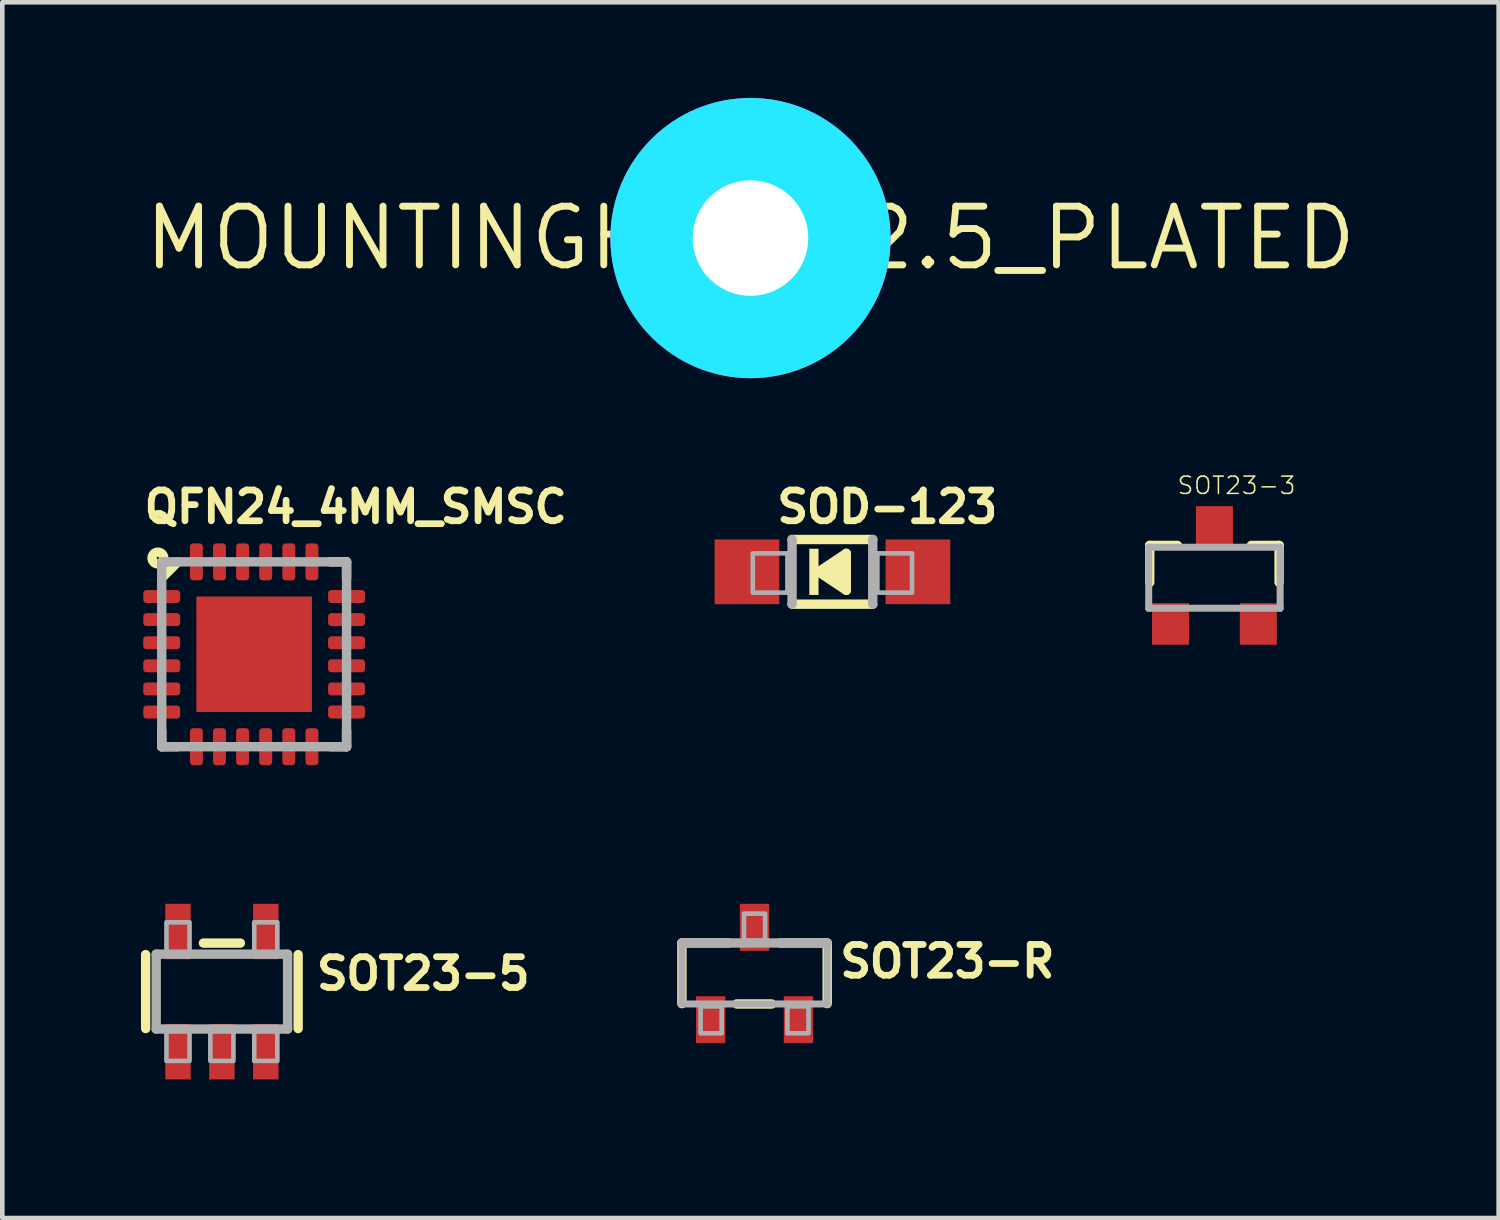
<source format=kicad_pcb>
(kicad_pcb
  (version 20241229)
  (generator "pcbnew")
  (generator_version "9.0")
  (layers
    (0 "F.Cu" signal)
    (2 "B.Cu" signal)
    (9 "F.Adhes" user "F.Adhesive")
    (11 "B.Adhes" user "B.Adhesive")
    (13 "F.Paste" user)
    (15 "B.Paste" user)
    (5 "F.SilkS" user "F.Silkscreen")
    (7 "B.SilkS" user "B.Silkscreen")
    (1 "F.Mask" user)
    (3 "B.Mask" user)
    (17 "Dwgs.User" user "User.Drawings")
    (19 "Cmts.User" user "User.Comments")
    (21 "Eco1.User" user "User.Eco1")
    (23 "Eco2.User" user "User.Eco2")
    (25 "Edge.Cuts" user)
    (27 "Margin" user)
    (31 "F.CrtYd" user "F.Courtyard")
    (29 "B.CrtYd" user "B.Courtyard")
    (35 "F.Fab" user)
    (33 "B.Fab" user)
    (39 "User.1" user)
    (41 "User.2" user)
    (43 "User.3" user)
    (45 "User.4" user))
  (footprint "MOUNTINGHOLE_2.5_PLATED"
    (layer "F.Cu")
    (at 13.191 2.102)
    (property "Reference" "MOUNTINGHOLE_2.5_PLATED" (at 0 0 0) (layer "F.SilkS") (effects (font (size 1.27 1.27) (thickness 0.15))))
    (attr through_hole)
    (fp_circle (center 0 0) (end 2 0) (stroke (width 0.203) (type solid)) (fill no) (layer "F.SilkS"))
    (fp_circle (center 0 0) (end 1 0) (stroke (width 2.032) (type solid)) (fill no) (layer "B.CrtYd"))
    (fp_circle (center 0 0) (end 1 0) (stroke (width 2.032) (type solid)) (fill no) (layer "F.CrtYd"))
    (pad "P$1" thru_hole circle (at 0 0) (size 3.2 3.2) (drill 2.5) (layers "*.Cu" "*.Mask"))
    (zone (net_name "") (layer "F.Cu") (hatch edge 0.5) (connect_pads) (min_thickness 0.25) (filled_areas_thickness no) (keepout (tracks not_allowed) (vias not_allowed) (pads not_allowed) (copperpour not_allowed) (footprints allowed)) (placement (enabled no)) (fill) (polygon (pts (xy 15.207 2.102) (xy 15.187 1.821) (xy 15.129 1.546) (xy 15.033 1.282) (xy 14.901 1.033) (xy 14.735 0.806) (xy 14.54 0.603) (xy 14.318 0.43) (xy 14.075 0.29) (xy 13.814 0.184) (xy 13.541 0.116) (xy 13.261 0.087) (xy 12.98 0.097) (xy 12.703 0.145) (xy 12.436 0.232) (xy 12.183 0.356) (xy 11.95 0.513) (xy 11.741 0.701) (xy 11.56 0.917) (xy 11.411 1.155) (xy 11.297 1.412) (xy 11.219 1.682) (xy 11.18 1.961) (xy 11.18 2.242) (xy 11.219 2.521) (xy 11.297 2.791) (xy 11.411 3.048) (xy 11.56 3.287) (xy 11.741 3.502) (xy 11.95 3.69) (xy 12.183 3.848) (xy 12.436 3.971) (xy 12.703 4.058) (xy 12.98 4.107) (xy 13.261 4.116) (xy 13.541 4.087) (xy 13.814 4.019) (xy 14.075 3.914) (xy 14.318 3.773) (xy 14.54 3.6) (xy 14.735 3.397) (xy 14.901 3.17) (xy 15.033 2.922) (xy 15.129 2.657) (xy 15.187 2.382))) (polygon (pts (xy 13.175 2.102) (xy 13.18 2.113) (xy 13.191 2.118) (xy 13.202 2.113) (xy 13.207 2.102) (xy 13.202 2.09) (xy 13.191 2.086) (xy 13.18 2.09))))
    (zone (net_name "") (layer "B.Cu") (hatch edge 0.5) (connect_pads) (min_thickness 0.25) (filled_areas_thickness no) (keepout (tracks not_allowed) (vias not_allowed) (pads not_allowed) (copperpour not_allowed) (footprints allowed)) (placement (enabled no)) (fill) (polygon (pts (xy 15.207 2.102) (xy 15.187 1.821) (xy 15.129 1.546) (xy 15.033 1.282) (xy 14.901 1.033) (xy 14.735 0.806) (xy 14.54 0.603) (xy 14.318 0.43) (xy 14.075 0.29) (xy 13.814 0.184) (xy 13.541 0.116) (xy 13.261 0.087) (xy 12.98 0.097) (xy 12.703 0.145) (xy 12.436 0.232) (xy 12.183 0.356) (xy 11.95 0.513) (xy 11.741 0.701) (xy 11.56 0.917) (xy 11.411 1.155) (xy 11.297 1.412) (xy 11.219 1.682) (xy 11.18 1.961) (xy 11.18 2.242) (xy 11.219 2.521) (xy 11.297 2.791) (xy 11.411 3.048) (xy 11.56 3.287) (xy 11.741 3.502) (xy 11.95 3.69) (xy 12.183 3.848) (xy 12.436 3.971) (xy 12.703 4.058) (xy 12.98 4.107) (xy 13.261 4.116) (xy 13.541 4.087) (xy 13.814 4.019) (xy 14.075 3.914) (xy 14.318 3.773) (xy 14.54 3.6) (xy 14.735 3.397) (xy 14.901 3.17) (xy 15.033 2.922) (xy 15.129 2.657) (xy 15.187 2.382))) (polygon (pts (xy 13.175 2.102) (xy 13.18 2.113) (xy 13.191 2.118) (xy 13.202 2.113) (xy 13.207 2.102) (xy 13.202 2.09) (xy 13.191 2.086) (xy 13.18 2.09)))))
  (footprint "QFN24_4MM_SMSC"
    (layer "F.Cu")
    (at 2.45 11.109)
    (property "Reference" "QFN24_4MM_SMSC" (at -2.45 -2.8 0) (layer "F.SilkS") (effects (font (size 0.666 0.666) (thickness 0.146)) (justify left bottom)))
    (attr smd)
    (fp_line (start -2 2) (end -2 1.65) (stroke (width 0.203) (type solid)) (layer "F.SilkS"))
    (fp_line (start -1.65 -2) (end -2 -1.65) (stroke (width 0.203) (type solid)) (layer "F.SilkS"))
    (fp_line (start -1.65 2) (end -2 2) (stroke (width 0.203) (type solid)) (layer "F.SilkS"))
    (fp_line (start 1.65 2) (end 2 2) (stroke (width 0.203) (type solid)) (layer "F.SilkS"))
    (fp_line (start 2 -2) (end 1.65 -2) (stroke (width 0.203) (type solid)) (layer "F.SilkS"))
    (fp_line (start 2 -1.65) (end 2 -2) (stroke (width 0.203) (type solid)) (layer "F.SilkS"))
    (fp_line (start 2 1.65) (end 2 2) (stroke (width 0.203) (type solid)) (layer "F.SilkS"))
    (fp_circle (center -2.083 -2.083) (end -1.956 -2.083) (stroke (width 0.203) (type solid)) (fill no) (layer "F.SilkS"))
    (fp_poly (pts (xy -1.2 -0.6) (xy -0.6 -0.6) (xy -0.6 -1.2) (xy -1.2 -1.2)) (stroke (width 0) (type default)) (fill yes) (layer "F.Paste"))
    (fp_poly (pts (xy -1.2 0.3) (xy -0.6 0.3) (xy -0.6 -0.3) (xy -1.2 -0.3)) (stroke (width 0) (type default)) (fill yes) (layer "F.Paste"))
    (fp_poly (pts (xy -1.2 1.2) (xy -0.6 1.2) (xy -0.6 0.6) (xy -1.2 0.6)) (stroke (width 0) (type default)) (fill yes) (layer "F.Paste"))
    (fp_poly (pts (xy -0.3 -0.6) (xy 0.3 -0.6) (xy 0.3 -1.2) (xy -0.3 -1.2)) (stroke (width 0) (type default)) (fill yes) (layer "F.Paste"))
    (fp_poly (pts (xy -0.3 0.3) (xy 0.3 0.3) (xy 0.3 -0.3) (xy -0.3 -0.3)) (stroke (width 0) (type default)) (fill yes) (layer "F.Paste"))
    (fp_poly (pts (xy -0.3 1.2) (xy 0.3 1.2) (xy 0.3 0.6) (xy -0.3 0.6)) (stroke (width 0) (type default)) (fill yes) (layer "F.Paste"))
    (fp_poly (pts (xy 0.6 -0.6) (xy 1.2 -0.6) (xy 1.2 -1.2) (xy 0.6 -1.2)) (stroke (width 0) (type default)) (fill yes) (layer "F.Paste"))
    (fp_poly (pts (xy 0.6 0.3) (xy 1.2 0.3) (xy 1.2 -0.3) (xy 0.6 -0.3)) (stroke (width 0) (type default)) (fill yes) (layer "F.Paste"))
    (fp_poly (pts (xy 0.6 1.2) (xy 1.2 1.2) (xy 1.2 0.6) (xy 0.6 0.6)) (stroke (width 0) (type default)) (fill yes) (layer "F.Paste"))
    (fp_line (start -2 -2) (end -2 2) (stroke (width 0.203) (type solid)) (layer "F.Fab"))
    (fp_line (start -2 2) (end 2 2) (stroke (width 0.203) (type solid)) (layer "F.Fab"))
    (fp_line (start 2 -2) (end -2 -2) (stroke (width 0.203) (type solid)) (layer "F.Fab"))
    (fp_line (start 2 2) (end 2 -2) (stroke (width 0.203) (type solid)) (layer "F.Fab"))
    (pad "1" smd roundrect (at -2 -1.25 180) (size 0.8 0.28) (layers "F.Cu" "F.Mask" "F.Paste") (roundrect_rratio 0.25))
    (pad "2" smd roundrect (at -2 -0.75 180) (size 0.8 0.28) (layers "F.Cu" "F.Mask" "F.Paste") (roundrect_rratio 0.25))
    (pad "3" smd roundrect (at -2 -0.25 180) (size 0.8 0.28) (layers "F.Cu" "F.Mask" "F.Paste") (roundrect_rratio 0.25))
    (pad "4" smd roundrect (at -2 0.25 180) (size 0.8 0.28) (layers "F.Cu" "F.Mask" "F.Paste") (roundrect_rratio 0.25))
    (pad "5" smd roundrect (at -2 0.75 180) (size 0.8 0.28) (layers "F.Cu" "F.Mask" "F.Paste") (roundrect_rratio 0.25))
    (pad "6" smd roundrect (at -2 1.25 180) (size 0.8 0.28) (layers "F.Cu" "F.Mask" "F.Paste") (roundrect_rratio 0.25))
    (pad "7" smd roundrect (at -1.25 2 90) (size 0.8 0.28) (layers "F.Cu" "F.Mask" "F.Paste") (roundrect_rratio 0.25))
    (pad "8" smd roundrect (at -0.75 2 90) (size 0.8 0.28) (layers "F.Cu" "F.Mask" "F.Paste") (roundrect_rratio 0.25))
    (pad "9" smd roundrect (at -0.25 2 90) (size 0.8 0.28) (layers "F.Cu" "F.Mask" "F.Paste") (roundrect_rratio 0.25))
    (pad "10" smd roundrect (at 0.25 2 90) (size 0.8 0.28) (layers "F.Cu" "F.Mask" "F.Paste") (roundrect_rratio 0.25))
    (pad "11" smd roundrect (at 0.75 2 90) (size 0.8 0.28) (layers "F.Cu" "F.Mask" "F.Paste") (roundrect_rratio 0.25))
    (pad "12" smd roundrect (at 1.25 2 90) (size 0.8 0.28) (layers "F.Cu" "F.Mask" "F.Paste") (roundrect_rratio 0.25))
    (pad "13" smd roundrect (at 2 1.25) (size 0.8 0.28) (layers "F.Cu" "F.Mask" "F.Paste") (roundrect_rratio 0.25))
    (pad "14" smd roundrect (at 2 0.75) (size 0.8 0.28) (layers "F.Cu" "F.Mask" "F.Paste") (roundrect_rratio 0.25))
    (pad "15" smd roundrect (at 2 0.25) (size 0.8 0.28) (layers "F.Cu" "F.Mask" "F.Paste") (roundrect_rratio 0.25))
    (pad "16" smd roundrect (at 2 -0.25) (size 0.8 0.28) (layers "F.Cu" "F.Mask" "F.Paste") (roundrect_rratio 0.25))
    (pad "17" smd roundrect (at 2 -0.75) (size 0.8 0.28) (layers "F.Cu" "F.Mask" "F.Paste") (roundrect_rratio 0.25))
    (pad "18" smd roundrect (at 2 -1.25) (size 0.8 0.28) (layers "F.Cu" "F.Mask" "F.Paste") (roundrect_rratio 0.25))
    (pad "19" smd roundrect (at 1.25 -2 270) (size 0.8 0.28) (layers "F.Cu" "F.Mask" "F.Paste") (roundrect_rratio 0.25))
    (pad "20" smd roundrect (at 0.75 -2 270) (size 0.8 0.28) (layers "F.Cu" "F.Mask" "F.Paste") (roundrect_rratio 0.25))
    (pad "21" smd roundrect (at 0.25 -2 270) (size 0.8 0.28) (layers "F.Cu" "F.Mask" "F.Paste") (roundrect_rratio 0.25))
    (pad "22" smd roundrect (at -0.25 -2 270) (size 0.8 0.28) (layers "F.Cu" "F.Mask" "F.Paste") (roundrect_rratio 0.25))
    (pad "23" smd roundrect (at -0.75 -2 270) (size 0.8 0.28) (layers "F.Cu" "F.Mask" "F.Paste") (roundrect_rratio 0.25))
    (pad "24" smd roundrect (at -1.25 -2 270) (size 0.8 0.28) (layers "F.Cu" "F.Mask" "F.Paste") (roundrect_rratio 0.25))
    (pad "THERM" smd rect (at 0 0) (size 2.5 2.5) (layers "F.Cu" "F.Mask")))
  (footprint "SOT23-R"
    (layer "F.Cu")
    (at 13.279 18.017)
    (property "Reference" "SOT23-R" (at 1.778 0.127 0) (layer "F.SilkS") (effects (font (size 0.666 0.666) (thickness 0.146)) (justify left bottom)))
    (attr smd)
    (fp_line (start -1.572 -0.66) (end -0.564 -0.66) (stroke (width 0.203) (type solid)) (layer "F.SilkS"))
    (fp_line (start -1.572 0.652) (end -1.572 -0.66) (stroke (width 0.203) (type solid)) (layer "F.SilkS"))
    (fp_line (start 0.372 0.66) (end -0.386 0.66) (stroke (width 0.203) (type solid)) (layer "F.SilkS"))
    (fp_line (start 0.564 -0.66) (end 1.572 -0.66) (stroke (width 0.203) (type solid)) (layer "F.SilkS"))
    (fp_line (start 1.572 -0.66) (end 1.572 0.652) (stroke (width 0.203) (type solid)) (layer "F.SilkS"))
    (fp_line (start -1.572 -0.66) (end 1.572 -0.66) (stroke (width 0.203) (type solid)) (layer "F.Fab"))
    (fp_line (start -1.572 0.66) (end -1.572 -0.66) (stroke (width 0.152) (type solid)) (layer "F.Fab"))
    (fp_line (start 1.572 -0.66) (end 1.572 0.66) (stroke (width 0.152) (type solid)) (layer "F.Fab"))
    (fp_line (start 1.572 0.66) (end -1.572 0.66) (stroke (width 0.152) (type solid)) (layer "F.Fab"))
    (fp_poly (pts (xy -1.168 1.295) (xy -0.711 1.295) (xy -0.711 0.711) (xy -1.168 0.711)) (stroke (width 0.1) (type default)) (fill no) (layer "F.Fab"))
    (fp_poly (pts (xy -0.229 -0.711) (xy 0.229 -0.711) (xy 0.229 -1.295) (xy -0.229 -1.295)) (stroke (width 0.1) (type default)) (fill no) (layer "F.Fab"))
    (fp_poly (pts (xy 0.711 1.295) (xy 1.168 1.295) (xy 1.168 0.711) (xy 0.711 0.711)) (stroke (width 0.1) (type default)) (fill no) (layer "F.Fab"))
    (pad "1" smd rect (at -0.95 1) (size 0.635 1.016) (layers "F.Cu" "F.Mask" "F.Paste"))
    (pad "2" smd rect (at 0.95 1) (size 0.635 1.016) (layers "F.Cu" "F.Mask" "F.Paste"))
    (pad "3" smd rect (at 0 -1) (size 0.635 1.016) (layers "F.Cu" "F.Mask" "F.Paste")))
  (footprint "SOT23-3"
    (layer "F.Cu")
    (at 23.231 9.453)
    (property "Reference" "SOT23-3" (at -0.826 -1.778 0) (layer "F.SilkS") (effects (font (size 0.374 0.374) (thickness 0.033)) (justify left bottom)))
    (attr smd)
    (fp_line (start -1.4 -0.7) (end -1.4 0.1) (stroke (width 0.203) (type solid)) (layer "F.SilkS"))
    (fp_line (start -0.8 -0.7) (end -1.4 -0.7) (stroke (width 0.203) (type solid)) (layer "F.SilkS"))
    (fp_line (start 0.8 -0.7) (end 1.4 -0.7) (stroke (width 0.203) (type solid)) (layer "F.SilkS"))
    (fp_line (start 1.4 -0.7) (end 1.4 0.1) (stroke (width 0.203) (type solid)) (layer "F.SilkS"))
    (fp_line (start -1.422 -0.66) (end 1.422 -0.66) (stroke (width 0.152) (type solid)) (layer "F.Fab"))
    (fp_line (start -1.422 0.66) (end -1.422 -0.66) (stroke (width 0.152) (type solid)) (layer "F.Fab"))
    (fp_line (start 1.422 -0.66) (end 1.422 0.66) (stroke (width 0.152) (type solid)) (layer "F.Fab"))
    (fp_line (start 1.422 0.66) (end -1.422 0.66) (stroke (width 0.152) (type solid)) (layer "F.Fab"))
    (pad "1" smd rect (at -0.95 1) (size 0.8 0.9) (layers "F.Cu" "F.Mask" "F.Paste"))
    (pad "2" smd rect (at 0.95 1) (size 0.8 0.9) (layers "F.Cu" "F.Mask" "F.Paste"))
    (pad "3" smd rect (at 0 -1.1) (size 0.8 0.9) (layers "F.Cu" "F.Mask" "F.Paste")))
  (footprint "SOD-123"
    (layer "F.Cu")
    (at 14.964 9.325)
    (property "Reference" "SOD-123" (at -1.27 -1.016 0) (layer "F.SilkS") (effects (font (size 0.666 0.666) (thickness 0.146)) (justify left bottom)))
    (attr smd)
    (fp_line (start -0.873 -0.7) (end 0.873 -0.7) (stroke (width 0.203) (type solid)) (layer "F.SilkS"))
    (fp_line (start -0.3 0) (end 0.3 -0.4) (stroke (width 0.203) (type solid)) (layer "F.SilkS"))
    (fp_line (start 0.3 -0.4) (end 0.3 0.4) (stroke (width 0.203) (type solid)) (layer "F.SilkS"))
    (fp_line (start 0.3 0.4) (end -0.3 0) (stroke (width 0.203) (type solid)) (layer "F.SilkS"))
    (fp_line (start 0.873 0.7) (end -0.873 0.7) (stroke (width 0.203) (type solid)) (layer "F.SilkS"))
    (fp_poly (pts (xy 0.302 0.39) (xy -0.283 0) (xy 0.302 -0.39)) (stroke (width 0) (type default)) (fill yes) (layer "F.SilkS"))
    (fp_poly (pts (xy -0.5 0.5) (xy -0.3 0.5) (xy -0.3 -0.5) (xy -0.5 -0.5)) (stroke (width 0) (type default)) (fill yes) (layer "F.SilkS"))
    (fp_line (start -0.873 0.7) (end -0.873 -0.7) (stroke (width 0.203) (type solid)) (layer "F.Fab"))
    (fp_line (start 0.873 -0.7) (end 0.873 0.7) (stroke (width 0.203) (type solid)) (layer "F.Fab"))
    (fp_poly (pts (xy -1.723 0.45) (xy -0.973 0.45) (xy -0.973 -0.4) (xy -1.723 -0.4)) (stroke (width 0.1) (type default)) (fill no) (layer "F.Fab"))
    (fp_poly (pts (xy 0.973 0.45) (xy 1.723 0.45) (xy 1.723 -0.4) (xy 0.973 -0.4)) (stroke (width 0.1) (type default)) (fill no) (layer "F.Fab"))
    (pad "1" smd rect (at -1.85 0 90) (size 1.4 1.4) (layers "F.Cu" "F.Mask" "F.Paste"))
    (pad "2" smd rect (at 1.85 0 90) (size 1.4 1.4) (layers "F.Cu" "F.Mask" "F.Paste")))
  (footprint "SOT23-5"
    (layer "F.Cu")
    (at 1.752 18.409)
    (property "Reference" "SOT23-5" (at 1.978 0 0) (layer "F.SilkS") (effects (font (size 0.666 0.666) (thickness 0.146)) (justify left bottom)))
    (attr smd)
    (fp_line (start -1.65 -0.8) (end -1.65 0.8) (stroke (width 0.203) (type solid)) (layer "F.SilkS"))
    (fp_line (start -0.4 -1.05) (end 0.4 -1.05) (stroke (width 0.203) (type solid)) (layer "F.SilkS"))
    (fp_line (start 1.65 -0.8) (end 1.65 0.8) (stroke (width 0.203) (type solid)) (layer "F.SilkS"))
    (fp_line (start -1.422 -0.81) (end 1.422 -0.81) (stroke (width 0.203) (type solid)) (layer "F.Fab"))
    (fp_line (start -1.422 0.81) (end -1.422 -0.81) (stroke (width 0.203) (type solid)) (layer "F.Fab"))
    (fp_line (start 1.422 -0.81) (end 1.422 0.81) (stroke (width 0.203) (type solid)) (layer "F.Fab"))
    (fp_line (start 1.422 0.81) (end -1.422 0.81) (stroke (width 0.203) (type solid)) (layer "F.Fab"))
    (fp_poly (pts (xy -1.2 -0.85) (xy -0.7 -0.85) (xy -0.7 -1.5) (xy -1.2 -1.5)) (stroke (width 0.1) (type default)) (fill no) (layer "F.Fab"))
    (fp_poly (pts (xy -1.2 1.5) (xy -0.7 1.5) (xy -0.7 0.85) (xy -1.2 0.85)) (stroke (width 0.1) (type default)) (fill no) (layer "F.Fab"))
    (fp_poly (pts (xy -0.25 1.5) (xy 0.25 1.5) (xy 0.25 0.85) (xy -0.25 0.85)) (stroke (width 0.1) (type default)) (fill no) (layer "F.Fab"))
    (fp_poly (pts (xy 0.7 -0.85) (xy 1.2 -0.85) (xy 1.2 -1.5) (xy 0.7 -1.5)) (stroke (width 0.1) (type default)) (fill no) (layer "F.Fab"))
    (fp_poly (pts (xy 0.7 1.5) (xy 1.2 1.5) (xy 1.2 0.85) (xy 0.7 0.85)) (stroke (width 0.1) (type default)) (fill no) (layer "F.Fab"))
    (pad "1" smd rect (at -0.95 1.3) (size 0.55 1.2) (layers "F.Cu" "F.Mask" "F.Paste"))
    (pad "2" smd rect (at 0 1.3) (size 0.55 1.2) (layers "F.Cu" "F.Mask" "F.Paste"))
    (pad "3" smd rect (at 0.95 1.3) (size 0.55 1.2) (layers "F.Cu" "F.Mask" "F.Paste"))
    (pad "4" smd rect (at 0.95 -1.3) (size 0.55 1.2) (layers "F.Cu" "F.Mask" "F.Paste"))
    (pad "5" smd rect (at -0.95 -1.3) (size 0.55 1.2) (layers "F.Cu" "F.Mask" "F.Paste")))
  (gr_rect
    (start -3 -3)
    (end 29.382 23.309)
    (stroke (width 0.1) (type default))
    (fill no)
    (layer "Edge.Cuts")))
</source>
